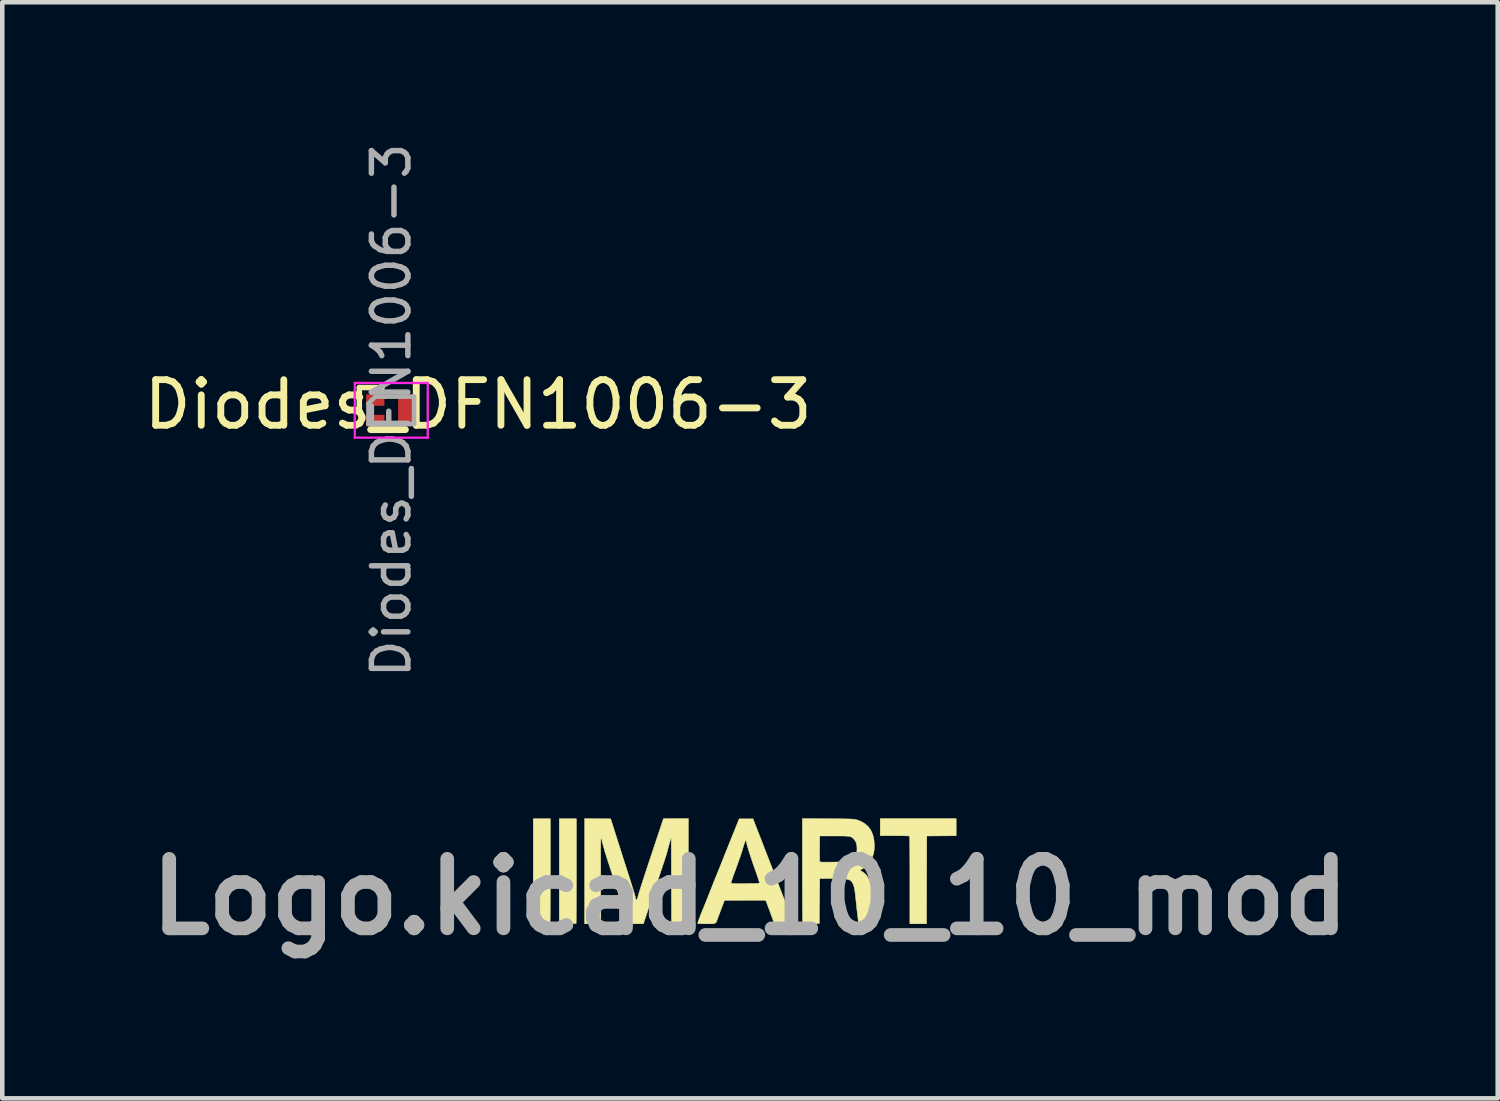
<source format=kicad_pcb>
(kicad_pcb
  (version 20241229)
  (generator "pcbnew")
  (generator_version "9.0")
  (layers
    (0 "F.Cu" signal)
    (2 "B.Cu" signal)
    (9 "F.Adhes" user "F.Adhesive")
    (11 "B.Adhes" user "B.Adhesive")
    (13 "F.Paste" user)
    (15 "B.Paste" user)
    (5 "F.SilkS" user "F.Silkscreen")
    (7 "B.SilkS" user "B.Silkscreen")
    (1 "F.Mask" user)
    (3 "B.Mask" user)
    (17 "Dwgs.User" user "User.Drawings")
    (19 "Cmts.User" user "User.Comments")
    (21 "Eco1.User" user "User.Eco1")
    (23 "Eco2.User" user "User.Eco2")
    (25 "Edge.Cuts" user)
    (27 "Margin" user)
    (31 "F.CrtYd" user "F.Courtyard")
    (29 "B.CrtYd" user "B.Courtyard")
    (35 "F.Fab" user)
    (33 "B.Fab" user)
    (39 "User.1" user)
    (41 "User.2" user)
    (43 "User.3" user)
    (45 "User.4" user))
  (footprint "Diodes_DFN1006-3"
    (layer "F.Cu")
    (at 5.53 5.948)
    (property "Reference" "Diodes_DFN1006-3" (at 1.905 -0.127 180) (layer "F.SilkS") (effects (font (size 1 1) (thickness 0.15))))
    (attr smd)
    (fp_line (start -0.7 -0.5) (end -0.7 0) (stroke (width 0.12) (type solid)) (layer "F.SilkS"))
    (fp_line (start -0.2 -0.5) (end -0.7 -0.5) (stroke (width 0.12) (type solid)) (layer "F.SilkS"))
    (fp_line (start -0.8 -0.6) (end 0.8 -0.6) (stroke (width 0.05) (type solid)) (layer "F.CrtYd"))
    (fp_line (start -0.8 0.6) (end -0.8 -0.6) (stroke (width 0.05) (type solid)) (layer "F.CrtYd"))
    (fp_line (start 0.8 -0.6) (end 0.8 0.6) (stroke (width 0.05) (type solid)) (layer "F.CrtYd"))
    (fp_line (start 0.8 0.6) (end -0.8 0.6) (stroke (width 0.05) (type solid)) (layer "F.CrtYd"))
    (fp_line (start -0.5 0.3) (end -0.5 -0.15) (stroke (width 0.1) (type solid)) (layer "F.Fab"))
    (fp_line (start -0.35 -0.3) (end -0.5 -0.15) (stroke (width 0.1) (type solid)) (layer "F.Fab"))
    (fp_line (start -0.35 -0.3) (end 0.5 -0.3) (stroke (width 0.1) (type solid)) (layer "F.Fab"))
    (fp_line (start 0.5 -0.3) (end 0.5 0.3) (stroke (width 0.1) (type solid)) (layer "F.Fab"))
    (fp_line (start 0.5 0.3) (end -0.5 0.3) (stroke (width 0.1) (type solid)) (layer "F.Fab"))
    (fp_text user "${REFERENCE}" (at 0 0 270) (layer "F.Fab") (effects (font (size 0.8 0.8) (thickness 0.12))))
    (pad "1" smd rect (at -0.35 -0.225 270) (size 0.25 0.4) (layers "F.Cu" "F.Mask" "F.Paste"))
    (pad "2" smd rect (at -0.35 0.225 270) (size 0.25 0.4) (layers "F.Cu" "F.Mask" "F.Paste"))
    (pad "3" smd rect (at 0.35 0 270) (size 0.7 0.4) (layers "F.Cu" "F.Mask" "F.Paste")))
  (footprint "Logo.kicad_10_10_mod"
    (layer "F.Cu")
    (at 13.397 16.618)
    (property "Reference" "Logo.kicad_10_10_mod" (at 0 0 0) (layer "F.Fab") (effects (font (size 1.524 1.524) (thickness 0.3))))
    (attr through_hole)
    (fp_poly (pts (xy -4.378 -0.936) (xy -4.378 -0.762) (xy -4.378 -0.593) (xy -4.378 -0.432) (xy -4.379 -0.278) (xy -4.379 -0.133) (xy -4.38 0.002) (xy -4.38 0.126) (xy -4.381 0.237) (xy -4.381 0.335) (xy -4.382 0.419) (xy -4.383 0.486) (xy -4.384 0.537) (xy -4.385 0.571) (xy -4.385 0.585) (xy -4.386 0.585) (xy -4.398 0.585) (xy -4.427 0.583) (xy -4.469 0.582) (xy -4.522 0.581) (xy -4.574 0.58) (xy -4.754 0.577) (xy -4.754 -1.714) (xy -4.378 -1.714) (xy -4.378 -0.936)) (stroke (width 0.01) (type solid)) (fill yes) (layer "F.SilkS"))
    (fp_poly (pts (xy -3.807 -0.936) (xy -3.807 -0.762) (xy -3.807 -0.593) (xy -3.807 -0.432) (xy -3.807 -0.278) (xy -3.808 -0.133) (xy -3.808 0.002) (xy -3.809 0.126) (xy -3.809 0.237) (xy -3.81 0.335) (xy -3.811 0.419) (xy -3.811 0.486) (xy -3.812 0.537) (xy -3.813 0.571) (xy -3.814 0.585) (xy -3.814 0.585) (xy -3.826 0.585) (xy -3.855 0.583) (xy -3.898 0.582) (xy -3.951 0.581) (xy -4.002 0.58) (xy -4.182 0.577) (xy -4.182 -1.714) (xy -3.807 -1.714) (xy -3.807 -0.936)) (stroke (width 0.01) (type solid)) (fill yes) (layer "F.SilkS"))
    (fp_poly (pts (xy 4.521 -1.341) (xy 3.876 -1.336) (xy 3.871 0.589) (xy 3.505 0.589) (xy 3.505 -0.36) (xy 3.505 -0.497) (xy 3.505 -0.629) (xy 3.505 -0.754) (xy 3.504 -0.87) (xy 3.504 -0.976) (xy 3.503 -1.071) (xy 3.502 -1.153) (xy 3.502 -1.221) (xy 3.501 -1.273) (xy 3.5 -1.308) (xy 3.499 -1.324) (xy 3.499 -1.325) (xy 3.495 -1.33) (xy 3.487 -1.333) (xy 3.472 -1.336) (xy 3.447 -1.338) (xy 3.412 -1.339) (xy 3.364 -1.34) (xy 3.3 -1.341) (xy 3.219 -1.341) (xy 3.174 -1.341) (xy 2.855 -1.341) (xy 2.855 -1.717) (xy 4.521 -1.717) (xy 4.521 -1.341)) (stroke (width 0.01) (type solid)) (fill yes) (layer "F.SilkS"))
    (fp_poly (pts (xy -3.342 -1.715) (xy -3.056 -1.712) (xy -3.038 -1.656) (xy -3.029 -1.628) (xy -3.015 -1.585) (xy -2.998 -1.532) (xy -2.979 -1.472) (xy -2.962 -1.417) (xy -2.939 -1.345) (xy -2.914 -1.266) (xy -2.889 -1.187) (xy -2.866 -1.116) (xy -2.855 -1.082) (xy -2.835 -1.018) (xy -2.811 -0.943) (xy -2.786 -0.863) (xy -2.761 -0.786) (xy -2.749 -0.747) (xy -2.728 -0.682) (xy -2.707 -0.616) (xy -2.688 -0.556) (xy -2.672 -0.506) (xy -2.662 -0.478) (xy -2.645 -0.425) (xy -2.626 -0.364) (xy -2.609 -0.308) (xy -2.606 -0.3) (xy -2.592 -0.254) (xy -2.579 -0.21) (xy -2.568 -0.177) (xy -2.565 -0.168) (xy -2.551 -0.123) (xy -2.536 -0.075) (xy -2.523 -0.028) (xy -2.513 0.011) (xy -2.508 0.038) (xy -2.507 0.041) (xy -2.5 0.06) (xy -2.49 0.066) (xy -2.48 0.056) (xy -2.468 0.027) (xy -2.454 -0.022) (xy -2.452 -0.03) (xy -2.443 -0.061) (xy -2.429 -0.106) (xy -2.41 -0.167) (xy -2.386 -0.245) (xy -2.356 -0.338) (xy -2.32 -0.449) (xy -2.278 -0.576) (xy -2.23 -0.721) (xy -2.176 -0.884) (xy -2.116 -1.066) (xy -2.049 -1.266) (xy -2.005 -1.397) (xy -1.98 -1.473) (xy -1.957 -1.542) (xy -1.937 -1.603) (xy -1.92 -1.653) (xy -1.908 -1.689) (xy -1.901 -1.71) (xy -1.9 -1.714) (xy -1.89 -1.715) (xy -1.863 -1.716) (xy -1.82 -1.716) (xy -1.765 -1.717) (xy -1.7 -1.717) (xy -1.628 -1.717) (xy -1.351 -1.717) (xy -1.356 0.584) (xy -1.722 0.584) (xy -1.724 -0.335) (xy -1.725 -0.471) (xy -1.725 -0.601) (xy -1.725 -0.724) (xy -1.726 -0.838) (xy -1.726 -0.943) (xy -1.726 -1.036) (xy -1.727 -1.117) (xy -1.727 -1.183) (xy -1.727 -1.233) (xy -1.727 -1.266) (xy -1.727 -1.28) (xy -1.727 -1.28) (xy -1.729 -1.289) (xy -1.733 -1.286) (xy -1.739 -1.271) (xy -1.748 -1.241) (xy -1.761 -1.196) (xy -1.779 -1.133) (xy -1.794 -1.077) (xy -1.803 -1.043) (xy -1.811 -1.013) (xy -1.818 -0.985) (xy -1.826 -0.958) (xy -1.835 -0.929) (xy -1.845 -0.897) (xy -1.856 -0.86) (xy -1.871 -0.815) (xy -1.888 -0.762) (xy -1.91 -0.698) (xy -1.935 -0.621) (xy -1.966 -0.529) (xy -2.002 -0.421) (xy -2.022 -0.361) (xy -2.056 -0.257) (xy -2.092 -0.151) (xy -2.128 -0.044) (xy -2.162 0.059) (xy -2.194 0.156) (xy -2.223 0.241) (xy -2.246 0.313) (xy -2.256 0.343) (xy -2.338 0.589) (xy -2.66 0.589) (xy -2.676 0.546) (xy -2.688 0.514) (xy -2.705 0.465) (xy -2.726 0.401) (xy -2.752 0.324) (xy -2.782 0.236) (xy -2.814 0.14) (xy -2.848 0.036) (xy -2.884 -0.073) (xy -2.92 -0.184) (xy -2.957 -0.296) (xy -2.994 -0.408) (xy -3.029 -0.516) (xy -3.063 -0.619) (xy -3.094 -0.715) (xy -3.122 -0.802) (xy -3.146 -0.878) (xy -3.166 -0.941) (xy -3.181 -0.989) (xy -3.19 -1.019) (xy -3.19 -1.021) (xy -3.205 -1.076) (xy -3.219 -1.126) (xy -3.231 -1.167) (xy -3.239 -1.195) (xy -3.242 -1.203) (xy -3.247 -1.226) (xy -3.246 -1.24) (xy -3.247 -1.254) (xy -3.257 -1.275) (xy -3.259 -1.278) (xy -3.262 -1.282) (xy -3.264 -1.284) (xy -3.267 -1.282) (xy -3.269 -1.275) (xy -3.27 -1.262) (xy -3.272 -1.241) (xy -3.273 -1.212) (xy -3.274 -1.173) (xy -3.274 -1.123) (xy -3.275 -1.061) (xy -3.275 -0.986) (xy -3.275 -0.897) (xy -3.275 -0.792) (xy -3.275 -0.671) (xy -3.274 -0.531) (xy -3.274 -0.373) (xy -3.274 -0.359) (xy -3.271 0.589) (xy -3.627 0.589) (xy -3.627 -1.717) (xy -3.342 -1.715)) (stroke (width 0.01) (type solid)) (fill yes) (layer "F.SilkS"))
    (fp_poly (pts (xy 1.709 -1.715) (xy 1.833 -1.714) (xy 1.937 -1.713) (xy 2.025 -1.712) (xy 2.098 -1.711) (xy 2.157 -1.71) (xy 2.205 -1.708) (xy 2.242 -1.706) (xy 2.272 -1.704) (xy 2.295 -1.701) (xy 2.314 -1.698) (xy 2.329 -1.694) (xy 2.332 -1.694) (xy 2.434 -1.655) (xy 2.521 -1.604) (xy 2.593 -1.54) (xy 2.649 -1.462) (xy 2.69 -1.371) (xy 2.716 -1.267) (xy 2.726 -1.15) (xy 2.727 -1.128) (xy 2.724 -1.047) (xy 2.715 -0.979) (xy 2.698 -0.916) (xy 2.673 -0.855) (xy 2.637 -0.788) (xy 2.592 -0.726) (xy 2.542 -0.673) (xy 2.492 -0.632) (xy 2.459 -0.613) (xy 2.434 -0.6) (xy 2.42 -0.588) (xy 2.418 -0.584) (xy 2.427 -0.573) (xy 2.448 -0.56) (xy 2.457 -0.556) (xy 2.5 -0.528) (xy 2.543 -0.487) (xy 2.579 -0.437) (xy 2.591 -0.416) (xy 2.608 -0.382) (xy 2.622 -0.347) (xy 2.634 -0.31) (xy 2.645 -0.268) (xy 2.655 -0.219) (xy 2.664 -0.159) (xy 2.674 -0.086) (xy 2.684 0.002) (xy 2.693 0.092) (xy 2.699 0.134) (xy 2.707 0.191) (xy 2.717 0.257) (xy 2.728 0.326) (xy 2.738 0.381) (xy 2.748 0.442) (xy 2.756 0.495) (xy 2.763 0.538) (xy 2.767 0.568) (xy 2.767 0.581) (xy 2.767 0.582) (xy 2.756 0.584) (xy 2.728 0.586) (xy 2.686 0.588) (xy 2.633 0.589) (xy 2.575 0.589) (xy 2.504 0.589) (xy 2.451 0.588) (xy 2.415 0.586) (xy 2.393 0.582) (xy 2.383 0.578) (xy 2.383 0.577) (xy 2.379 0.561) (xy 2.374 0.527) (xy 2.368 0.479) (xy 2.361 0.42) (xy 2.353 0.352) (xy 2.344 0.279) (xy 2.336 0.203) (xy 2.332 0.163) (xy 2.325 0.1) (xy 2.318 0.034) (xy 2.312 -0.027) (xy 2.307 -0.076) (xy 2.306 -0.08) (xy 2.293 -0.172) (xy 2.275 -0.245) (xy 2.251 -0.302) (xy 2.221 -0.343) (xy 2.193 -0.365) (xy 2.167 -0.378) (xy 2.134 -0.388) (xy 2.091 -0.395) (xy 2.037 -0.4) (xy 1.969 -0.403) (xy 1.886 -0.405) (xy 1.784 -0.404) (xy 1.778 -0.404) (xy 1.529 -0.401) (xy 1.519 0.584) (xy 1.34 0.587) (xy 1.282 0.587) (xy 1.231 0.587) (xy 1.191 0.586) (xy 1.164 0.585) (xy 1.155 0.583) (xy 1.154 0.572) (xy 1.153 0.542) (xy 1.152 0.494) (xy 1.152 0.43) (xy 1.151 0.351) (xy 1.15 0.258) (xy 1.15 0.152) (xy 1.149 0.035) (xy 1.149 -0.092) (xy 1.148 -0.228) (xy 1.148 -0.371) (xy 1.148 -0.52) (xy 1.148 -0.571) (xy 1.148 -0.922) (xy 1.526 -0.922) (xy 1.526 -0.864) (xy 1.527 -0.819) (xy 1.528 -0.787) (xy 1.529 -0.774) (xy 1.529 -0.774) (xy 1.534 -0.77) (xy 1.546 -0.767) (xy 1.567 -0.765) (xy 1.6 -0.763) (xy 1.646 -0.763) (xy 1.707 -0.763) (xy 1.786 -0.763) (xy 1.847 -0.764) (xy 1.937 -0.765) (xy 2.009 -0.767) (xy 2.065 -0.768) (xy 2.109 -0.77) (xy 2.142 -0.773) (xy 2.166 -0.776) (xy 2.184 -0.78) (xy 2.199 -0.785) (xy 2.202 -0.786) (xy 2.246 -0.814) (xy 2.286 -0.856) (xy 2.318 -0.907) (xy 2.334 -0.949) (xy 2.344 -1.007) (xy 2.346 -1.068) (xy 2.341 -1.128) (xy 2.33 -1.181) (xy 2.312 -1.222) (xy 2.305 -1.231) (xy 2.283 -1.259) (xy 2.263 -1.281) (xy 2.244 -1.298) (xy 2.224 -1.312) (xy 2.2 -1.321) (xy 2.169 -1.328) (xy 2.13 -1.332) (xy 2.08 -1.335) (xy 2.016 -1.336) (xy 1.937 -1.336) (xy 1.854 -1.336) (xy 1.529 -1.336) (xy 1.526 -1.062) (xy 1.526 -0.989) (xy 1.526 -0.922) (xy 1.148 -0.922) (xy 1.148 -1.718) (xy 1.709 -1.715)) (stroke (width 0.01) (type solid)) (fill yes) (layer "F.SilkS"))
    (fp_poly (pts (xy 0.18 -1.417) (xy 0.215 -1.329) (xy 0.253 -1.232) (xy 0.291 -1.133) (xy 0.328 -1.036) (xy 0.362 -0.949) (xy 0.388 -0.884) (xy 0.416 -0.81) (xy 0.445 -0.735) (xy 0.473 -0.664) (xy 0.498 -0.6) (xy 0.518 -0.548) (xy 0.526 -0.528) (xy 0.548 -0.471) (xy 0.572 -0.41) (xy 0.594 -0.353) (xy 0.606 -0.32) (xy 0.655 -0.191) (xy 0.704 -0.066) (xy 0.739 0.025) (xy 0.789 0.152) (xy 0.831 0.261) (xy 0.866 0.352) (xy 0.894 0.426) (xy 0.916 0.484) (xy 0.932 0.526) (xy 0.941 0.554) (xy 0.945 0.567) (xy 0.945 0.567) (xy 0.939 0.572) (xy 0.918 0.575) (xy 0.883 0.577) (xy 0.831 0.579) (xy 0.76 0.579) (xy 0.738 0.579) (xy 0.53 0.579) (xy 0.51 0.521) (xy 0.501 0.495) (xy 0.486 0.455) (xy 0.468 0.405) (xy 0.447 0.349) (xy 0.426 0.29) (xy 0.404 0.232) (xy 0.384 0.179) (xy 0.368 0.135) (xy 0.356 0.103) (xy 0.35 0.089) (xy 0.348 0.085) (xy 0.342 0.081) (xy 0.332 0.078) (xy 0.315 0.076) (xy 0.29 0.074) (xy 0.254 0.073) (xy 0.208 0.073) (xy 0.147 0.073) (xy 0.071 0.073) (xy -0.022 0.073) (xy -0.109 0.074) (xy -0.561 0.076) (xy -0.616 0.224) (xy -0.639 0.283) (xy -0.662 0.345) (xy -0.683 0.402) (xy -0.7 0.448) (xy -0.704 0.457) (xy -0.72 0.502) (xy -0.732 0.535) (xy -0.745 0.559) (xy -0.761 0.574) (xy -0.783 0.584) (xy -0.815 0.588) (xy -0.858 0.589) (xy -0.918 0.589) (xy -0.956 0.589) (xy -1.025 0.589) (xy -1.076 0.588) (xy -1.111 0.587) (xy -1.133 0.584) (xy -1.145 0.58) (xy -1.148 0.575) (xy -1.148 0.575) (xy -1.145 0.561) (xy -1.135 0.532) (xy -1.12 0.492) (xy -1.102 0.444) (xy -1.083 0.393) (xy -1.062 0.342) (xy -1.043 0.294) (xy -1.026 0.255) (xy -1.026 0.254) (xy -1.017 0.233) (xy -1.003 0.197) (xy -0.982 0.146) (xy -0.958 0.085) (xy -0.93 0.016) (xy -0.9 -0.06) (xy -0.884 -0.102) (xy -0.853 -0.179) (xy -0.825 -0.251) (xy -0.805 -0.3) (xy -0.416 -0.3) (xy -0.406 -0.297) (xy -0.377 -0.294) (xy -0.327 -0.293) (xy -0.26 -0.292) (xy -0.173 -0.292) (xy -0.104 -0.292) (xy -0.016 -0.293) (xy 0.054 -0.293) (xy 0.107 -0.294) (xy 0.147 -0.296) (xy 0.174 -0.298) (xy 0.192 -0.3) (xy 0.202 -0.303) (xy 0.206 -0.307) (xy 0.207 -0.312) (xy 0.203 -0.326) (xy 0.194 -0.355) (xy 0.181 -0.396) (xy 0.165 -0.445) (xy 0.147 -0.498) (xy 0.128 -0.552) (xy 0.11 -0.603) (xy 0.095 -0.648) (xy 0.082 -0.682) (xy 0.075 -0.701) (xy 0.067 -0.721) (xy 0.066 -0.727) (xy 0.062 -0.74) (xy 0.052 -0.769) (xy 0.039 -0.809) (xy 0.023 -0.857) (xy 0.017 -0.875) (xy -0.006 -0.945) (xy -0.028 -1.015) (xy -0.048 -1.081) (xy -0.064 -1.138) (xy -0.076 -1.184) (xy -0.083 -1.214) (xy -0.083 -1.217) (xy -0.088 -1.236) (xy -0.095 -1.238) (xy -0.106 -1.222) (xy -0.119 -1.188) (xy -0.137 -1.135) (xy -0.149 -1.095) (xy -0.161 -1.052) (xy -0.173 -1.011) (xy -0.187 -0.97) (xy -0.201 -0.925) (xy -0.218 -0.875) (xy -0.239 -0.817) (xy -0.264 -0.747) (xy -0.293 -0.664) (xy -0.329 -0.565) (xy -0.336 -0.547) (xy -0.367 -0.462) (xy -0.39 -0.394) (xy -0.406 -0.343) (xy -0.415 -0.311) (xy -0.416 -0.3) (xy -0.805 -0.3) (xy -0.798 -0.318) (xy -0.776 -0.374) (xy -0.758 -0.419) (xy -0.746 -0.448) (xy -0.742 -0.457) (xy -0.734 -0.477) (xy -0.719 -0.513) (xy -0.699 -0.563) (xy -0.674 -0.625) (xy -0.645 -0.696) (xy -0.614 -0.775) (xy -0.581 -0.857) (xy -0.579 -0.864) (xy -0.546 -0.947) (xy -0.514 -1.026) (xy -0.485 -1.098) (xy -0.46 -1.162) (xy -0.439 -1.214) (xy -0.424 -1.252) (xy -0.415 -1.274) (xy -0.415 -1.275) (xy -0.404 -1.3) (xy -0.388 -1.341) (xy -0.367 -1.392) (xy -0.343 -1.451) (xy -0.318 -1.513) (xy -0.316 -1.519) (xy -0.238 -1.712) (xy 0.066 -1.712) (xy 0.18 -1.417)) (stroke (width 0.01) (type solid)) (fill yes) (layer "F.SilkS")))
  (gr_rect
    (start -3 -3)
    (end 29.793 21.036)
    (stroke (width 0.1) (type default))
    (fill no)
    (layer "Edge.Cuts")))
</source>
